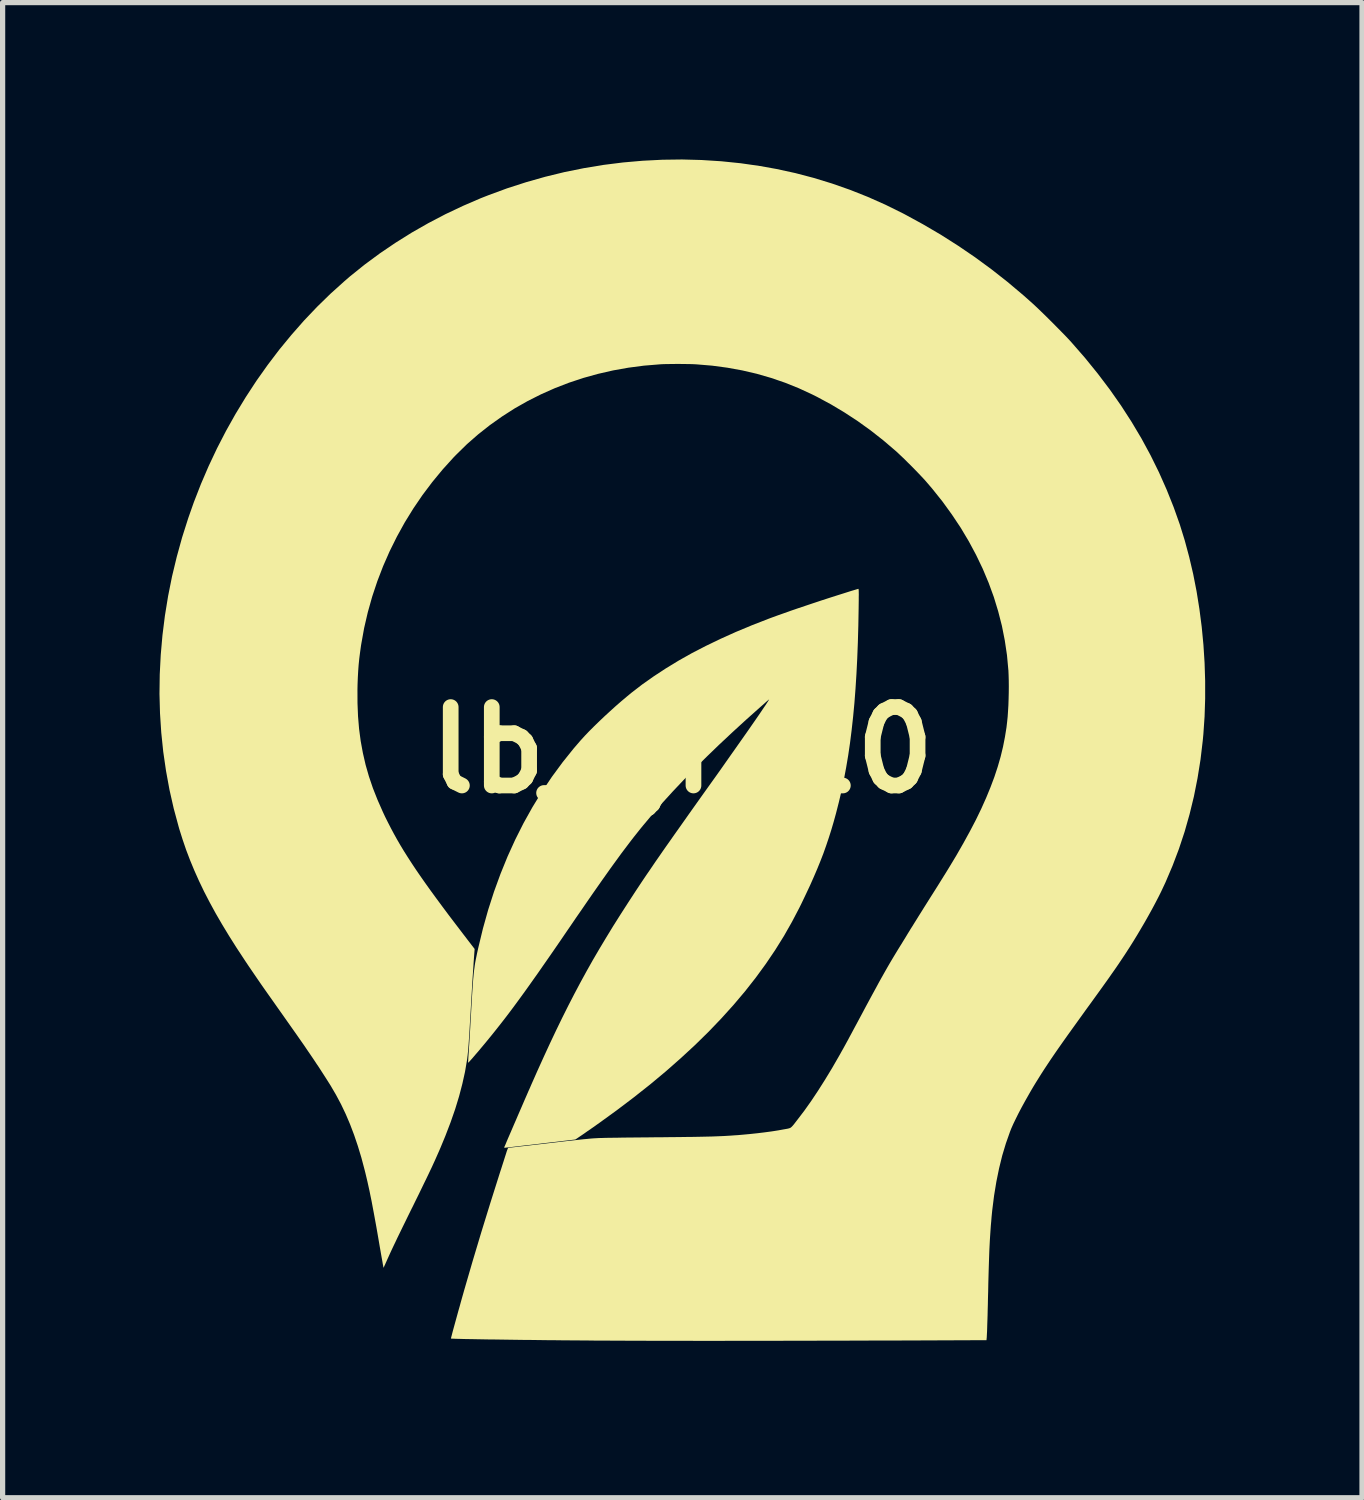
<source format=kicad_pcb>
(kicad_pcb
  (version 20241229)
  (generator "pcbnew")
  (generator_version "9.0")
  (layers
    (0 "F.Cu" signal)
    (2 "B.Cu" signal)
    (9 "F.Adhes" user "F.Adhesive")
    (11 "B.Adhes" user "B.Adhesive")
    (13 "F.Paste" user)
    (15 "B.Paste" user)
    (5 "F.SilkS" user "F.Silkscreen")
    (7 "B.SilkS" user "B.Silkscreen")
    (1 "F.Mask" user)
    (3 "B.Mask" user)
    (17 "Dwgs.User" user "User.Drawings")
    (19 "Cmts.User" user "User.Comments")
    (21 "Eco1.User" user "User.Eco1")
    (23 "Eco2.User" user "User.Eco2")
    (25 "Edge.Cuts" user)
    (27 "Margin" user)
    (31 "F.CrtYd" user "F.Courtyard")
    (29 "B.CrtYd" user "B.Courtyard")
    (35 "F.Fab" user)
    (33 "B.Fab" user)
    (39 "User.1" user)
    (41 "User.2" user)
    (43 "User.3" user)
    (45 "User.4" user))
  (footprint "lb_gr_20"
    (layer "F.Cu")
    (at 9.998 11.294)
    (property "Reference" "lb_gr_20" (at 0 0 0) (layer "F.SilkS") (effects (font (size 1.5 1.5) (thickness 0.3))))
    (attr board_only exclude_from_pos_files exclude_from_bom)
    (fp_poly (pts (xy 3.369 -3.082) (xy 3.371 -3.078) (xy 3.373 -3.07) (xy 3.374 -3.056) (xy 3.375 -3.036) (xy 3.375 -3.009) (xy 3.376 -2.972) (xy 3.375 -2.926) (xy 3.375 -2.868) (xy 3.374 -2.798) (xy 3.373 -2.714) (xy 3.373 -2.711) (xy 3.367 -2.377) (xy 3.358 -2.056) (xy 3.346 -1.749) (xy 3.331 -1.453) (xy 3.313 -1.17) (xy 3.292 -0.897) (xy 3.267 -0.633) (xy 3.239 -0.38) (xy 3.208 -0.134) (xy 3.173 0.104) (xy 3.134 0.335) (xy 3.092 0.56) (xy 3.046 0.78) (xy 2.995 0.996) (xy 2.941 1.208) (xy 2.895 1.375) (xy 2.849 1.531) (xy 2.801 1.682) (xy 2.751 1.83) (xy 2.699 1.977) (xy 2.642 2.124) (xy 2.581 2.274) (xy 2.515 2.428) (xy 2.444 2.588) (xy 2.365 2.756) (xy 2.28 2.934) (xy 2.241 3.013) (xy 2.098 3.286) (xy 1.944 3.557) (xy 1.777 3.825) (xy 1.597 4.091) (xy 1.405 4.354) (xy 1.2 4.615) (xy 0.982 4.873) (xy 0.75 5.13) (xy 0.505 5.386) (xy 0.246 5.64) (xy -0.027 5.892) (xy -0.313 6.144) (xy -0.614 6.395) (xy -0.93 6.645) (xy -1.259 6.894) (xy -1.535 7.094) (xy -1.586 7.131) (xy -1.64 7.169) (xy -1.696 7.209) (xy -1.752 7.248) (xy -1.808 7.286) (xy -1.86 7.323) (xy -1.909 7.357) (xy -1.952 7.386) (xy -1.989 7.411) (xy -2.018 7.431) (xy -2.037 7.443) (xy -2.045 7.448) (xy -2.053 7.449) (xy -2.075 7.452) (xy -2.109 7.456) (xy -2.153 7.461) (xy -2.208 7.468) (xy -2.271 7.475) (xy -2.341 7.484) (xy -2.417 7.493) (xy -2.498 7.502) (xy -2.582 7.512) (xy -2.668 7.522) (xy -2.755 7.533) (xy -2.841 7.543) (xy -2.926 7.553) (xy -3.008 7.562) (xy -3.085 7.571) (xy -3.157 7.58) (xy -3.222 7.587) (xy -3.279 7.594) (xy -3.327 7.599) (xy -3.364 7.603) (xy -3.389 7.606) (xy -3.401 7.607) (xy -3.401 7.607) (xy -3.404 7.601) (xy -3.403 7.594) (xy -3.4 7.585) (xy -3.39 7.564) (xy -3.376 7.531) (xy -3.358 7.487) (xy -3.336 7.435) (xy -3.31 7.375) (xy -3.281 7.308) (xy -3.25 7.236) (xy -3.217 7.159) (xy -3.182 7.079) (xy -3.147 6.997) (xy -3.111 6.914) (xy -3.075 6.831) (xy -3.04 6.75) (xy -3.006 6.671) (xy -2.973 6.596) (xy -2.943 6.526) (xy -2.914 6.462) (xy -2.891 6.408) (xy -2.767 6.128) (xy -2.646 5.861) (xy -2.528 5.605) (xy -2.412 5.36) (xy -2.297 5.123) (xy -2.182 4.893) (xy -2.067 4.67) (xy -1.951 4.451) (xy -1.833 4.235) (xy -1.712 4.02) (xy -1.587 3.806) (xy -1.458 3.591) (xy -1.325 3.373) (xy -1.185 3.151) (xy -1.039 2.924) (xy -0.891 2.697) (xy -0.838 2.617) (xy -0.785 2.537) (xy -0.732 2.458) (xy -0.678 2.378) (xy -0.622 2.297) (xy -0.565 2.213) (xy -0.506 2.126) (xy -0.443 2.036) (xy -0.377 1.94) (xy -0.307 1.84) (xy -0.232 1.734) (xy -0.153 1.621) (xy -0.067 1.5) (xy 0.024 1.371) (xy 0.122 1.232) (xy 0.227 1.084) (xy 0.34 0.925) (xy 0.442 0.782) (xy 0.547 0.635) (xy 0.65 0.491) (xy 0.75 0.35) (xy 0.846 0.213) (xy 0.939 0.081) (xy 1.028 -0.045) (xy 1.113 -0.166) (xy 1.194 -0.281) (xy 1.269 -0.388) (xy 1.339 -0.489) (xy 1.403 -0.581) (xy 1.461 -0.665) (xy 1.512 -0.74) (xy 1.556 -0.806) (xy 1.594 -0.861) (xy 1.623 -0.906) (xy 1.645 -0.94) (xy 1.658 -0.961) (xy 1.66 -0.965) (xy 1.66 -0.967) (xy 1.658 -0.966) (xy 1.652 -0.961) (xy 1.641 -0.952) (xy 1.624 -0.938) (xy 1.6 -0.917) (xy 1.568 -0.888) (xy 1.526 -0.851) (xy 1.494 -0.823) (xy 1.217 -0.576) (xy 0.954 -0.335) (xy 0.703 -0.1) (xy 0.464 0.131) (xy 0.237 0.356) (xy 0.022 0.577) (xy -0.183 0.794) (xy -0.377 1.007) (xy -0.56 1.217) (xy -0.734 1.425) (xy -0.742 1.434) (xy -0.801 1.506) (xy -0.859 1.579) (xy -0.918 1.653) (xy -0.977 1.729) (xy -1.037 1.808) (xy -1.099 1.89) (xy -1.164 1.976) (xy -1.23 2.067) (xy -1.3 2.163) (xy -1.374 2.265) (xy -1.451 2.374) (xy -1.534 2.491) (xy -1.621 2.615) (xy -1.714 2.748) (xy -1.813 2.891) (xy -1.918 3.044) (xy -2.031 3.207) (xy -2.151 3.383) (xy -2.202 3.457) (xy -2.326 3.639) (xy -2.443 3.809) (xy -2.553 3.968) (xy -2.657 4.117) (xy -2.754 4.257) (xy -2.847 4.388) (xy -2.934 4.511) (xy -3.017 4.627) (xy -3.097 4.737) (xy -3.173 4.841) (xy -3.247 4.941) (xy -3.319 5.037) (xy -3.39 5.13) (xy -3.46 5.22) (xy -3.53 5.309) (xy -3.599 5.396) (xy -3.67 5.484) (xy -3.676 5.491) (xy -3.72 5.545) (xy -3.765 5.6) (xy -3.812 5.656) (xy -3.858 5.711) (xy -3.902 5.764) (xy -3.945 5.813) (xy -3.984 5.859) (xy -4.018 5.899) (xy -4.048 5.932) (xy -4.071 5.958) (xy -4.087 5.974) (xy -4.095 5.981) (xy -4.095 5.981) (xy -4.096 5.973) (xy -4.095 5.952) (xy -4.093 5.92) (xy -4.091 5.879) (xy -4.088 5.83) (xy -4.084 5.776) (xy -4.083 5.762) (xy -4.08 5.706) (xy -4.075 5.638) (xy -4.07 5.562) (xy -4.065 5.479) (xy -4.06 5.394) (xy -4.055 5.31) (xy -4.051 5.229) (xy -4.05 5.212) (xy -4.041 5.068) (xy -4.034 4.938) (xy -4.027 4.82) (xy -4.021 4.715) (xy -4.015 4.62) (xy -4.009 4.535) (xy -4.004 4.458) (xy -3.999 4.389) (xy -3.993 4.327) (xy -3.988 4.27) (xy -3.982 4.218) (xy -3.975 4.169) (xy -3.969 4.123) (xy -3.962 4.077) (xy -3.954 4.033) (xy -3.945 3.987) (xy -3.935 3.94) (xy -3.925 3.89) (xy -3.913 3.836) (xy -3.9 3.778) (xy -3.812 3.413) (xy -3.712 3.056) (xy -3.6 2.708) (xy -3.476 2.368) (xy -3.341 2.036) (xy -3.194 1.713) (xy -3.036 1.399) (xy -2.866 1.094) (xy -2.685 0.798) (xy -2.493 0.512) (xy -2.29 0.236) (xy -2.076 -0.031) (xy -1.939 -0.19) (xy -1.865 -0.271) (xy -1.781 -0.359) (xy -1.688 -0.452) (xy -1.589 -0.548) (xy -1.486 -0.646) (xy -1.379 -0.744) (xy -1.272 -0.841) (xy -1.166 -0.933) (xy -1.063 -1.02) (xy -0.976 -1.092) (xy -0.766 -1.254) (xy -0.545 -1.41) (xy -0.313 -1.562) (xy -0.07 -1.71) (xy 0.184 -1.853) (xy 0.451 -1.991) (xy 0.731 -2.126) (xy 1.024 -2.258) (xy 1.331 -2.386) (xy 1.652 -2.511) (xy 1.703 -2.53) (xy 1.812 -2.57) (xy 1.934 -2.613) (xy 2.065 -2.66) (xy 2.205 -2.708) (xy 2.351 -2.757) (xy 2.5 -2.807) (xy 2.65 -2.857) (xy 2.801 -2.906) (xy 2.948 -2.953) (xy 3.091 -2.998) (xy 3.226 -3.041) (xy 3.353 -3.079) (xy 3.363 -3.082) (xy 3.367 -3.083)) (stroke (width 0) (type solid)) (fill yes) (layer "F.SilkS"))
    (fp_poly (pts (xy 0.37 -11.284) (xy 0.745 -11.26) (xy 1.117 -11.222) (xy 1.487 -11.169) (xy 1.803 -11.112) (xy 2.162 -11.034) (xy 2.516 -10.941) (xy 2.865 -10.834) (xy 3.21 -10.713) (xy 3.55 -10.578) (xy 3.885 -10.429) (xy 4.215 -10.266) (xy 4.246 -10.25) (xy 4.6 -10.057) (xy 4.943 -9.856) (xy 5.275 -9.645) (xy 5.598 -9.425) (xy 5.913 -9.194) (xy 6.222 -8.951) (xy 6.526 -8.695) (xy 6.709 -8.532) (xy 6.752 -8.492) (xy 6.803 -8.444) (xy 6.861 -8.388) (xy 6.924 -8.327) (xy 6.991 -8.261) (xy 7.059 -8.193) (xy 7.127 -8.125) (xy 7.194 -8.057) (xy 7.258 -7.992) (xy 7.318 -7.931) (xy 7.37 -7.876) (xy 7.415 -7.828) (xy 7.443 -7.797) (xy 7.702 -7.5) (xy 7.946 -7.199) (xy 8.176 -6.895) (xy 8.392 -6.587) (xy 8.594 -6.274) (xy 8.782 -5.958) (xy 8.956 -5.637) (xy 9.116 -5.312) (xy 9.263 -4.981) (xy 9.397 -4.646) (xy 9.515 -4.314) (xy 9.61 -4.007) (xy 9.695 -3.691) (xy 9.771 -3.366) (xy 9.836 -3.034) (xy 9.89 -2.697) (xy 9.934 -2.356) (xy 9.967 -2.012) (xy 9.989 -1.667) (xy 10 -1.323) (xy 10 -0.98) (xy 9.989 -0.641) (xy 9.966 -0.306) (xy 9.954 -0.179) (xy 9.911 0.184) (xy 9.854 0.539) (xy 9.785 0.887) (xy 9.702 1.228) (xy 9.607 1.563) (xy 9.498 1.892) (xy 9.376 2.214) (xy 9.241 2.531) (xy 9.157 2.71) (xy 9.107 2.81) (xy 9.05 2.92) (xy 8.987 3.038) (xy 8.919 3.161) (xy 8.848 3.287) (xy 8.774 3.413) (xy 8.7 3.538) (xy 8.626 3.659) (xy 8.555 3.772) (xy 8.516 3.832) (xy 8.478 3.891) (xy 8.439 3.95) (xy 8.399 4.01) (xy 8.358 4.071) (xy 8.314 4.136) (xy 8.267 4.204) (xy 8.216 4.276) (xy 8.162 4.354) (xy 8.102 4.438) (xy 8.037 4.529) (xy 7.965 4.629) (xy 7.887 4.737) (xy 7.801 4.856) (xy 7.707 4.985) (xy 7.688 5.012) (xy 7.575 5.169) (xy 7.47 5.315) (xy 7.373 5.45) (xy 7.283 5.577) (xy 7.2 5.695) (xy 7.123 5.806) (xy 7.052 5.91) (xy 6.986 6.009) (xy 6.924 6.103) (xy 6.866 6.193) (xy 6.811 6.281) (xy 6.758 6.366) (xy 6.707 6.45) (xy 6.658 6.534) (xy 6.63 6.583) (xy 6.558 6.71) (xy 6.491 6.832) (xy 6.431 6.946) (xy 6.378 7.053) (xy 6.331 7.15) (xy 6.292 7.238) (xy 6.267 7.302) (xy 6.189 7.523) (xy 6.119 7.756) (xy 6.059 8) (xy 6.007 8.255) (xy 5.963 8.523) (xy 5.928 8.802) (xy 5.916 8.922) (xy 5.909 9.01) (xy 5.901 9.097) (xy 5.895 9.184) (xy 5.889 9.273) (xy 5.883 9.365) (xy 5.878 9.461) (xy 5.873 9.562) (xy 5.869 9.671) (xy 5.865 9.788) (xy 5.861 9.914) (xy 5.857 10.051) (xy 5.853 10.2) (xy 5.85 10.363) (xy 5.849 10.39) (xy 5.846 10.5) (xy 5.844 10.607) (xy 5.841 10.71) (xy 5.839 10.807) (xy 5.836 10.898) (xy 5.833 10.981) (xy 5.831 11.054) (xy 5.829 11.118) (xy 5.826 11.171) (xy 5.824 11.211) (xy 5.823 11.238) (xy 5.822 11.241) (xy 5.818 11.286) (xy 4.58 11.291) (xy 4.304 11.292) (xy 4.025 11.293) (xy 3.745 11.293) (xy 3.463 11.294) (xy 3.181 11.295) (xy 2.9 11.296) (xy 2.619 11.296) (xy 2.341 11.297) (xy 2.065 11.297) (xy 1.792 11.298) (xy 1.523 11.298) (xy 1.259 11.298) (xy 1.001 11.298) (xy 0.749 11.299) (xy 0.503 11.299) (xy 0.266 11.299) (xy 0.037 11.298) (xy -0.183 11.298) (xy -0.393 11.298) (xy -0.592 11.298) (xy -0.78 11.297) (xy -0.956 11.297) (xy -1.119 11.296) (xy -1.268 11.296) (xy -1.371 11.295) (xy -1.516 11.294) (xy -1.665 11.294) (xy -1.817 11.292) (xy -1.971 11.291) (xy -2.126 11.29) (xy -2.282 11.289) (xy -2.437 11.287) (xy -2.592 11.286) (xy -2.745 11.284) (xy -2.896 11.282) (xy -3.044 11.281) (xy -3.189 11.279) (xy -3.329 11.277) (xy -3.464 11.275) (xy -3.593 11.273) (xy -3.715 11.272) (xy -3.83 11.27) (xy -3.937 11.268) (xy -4.036 11.266) (xy -4.125 11.265) (xy -4.204 11.263) (xy -4.272 11.261) (xy -4.328 11.26) (xy -4.372 11.258) (xy -4.403 11.257) (xy -4.42 11.256) (xy -4.424 11.255) (xy -4.423 11.247) (xy -4.418 11.227) (xy -4.409 11.194) (xy -4.398 11.15) (xy -4.384 11.097) (xy -4.367 11.035) (xy -4.348 10.966) (xy -4.327 10.89) (xy -4.305 10.81) (xy -4.282 10.726) (xy -4.257 10.639) (xy -4.233 10.551) (xy -4.208 10.462) (xy -4.183 10.374) (xy -4.172 10.335) (xy -4.011 9.781) (xy -3.845 9.227) (xy -3.673 8.67) (xy -3.494 8.104) (xy -3.482 8.066) (xy -3.46 7.999) (xy -3.439 7.933) (xy -3.419 7.871) (xy -3.401 7.814) (xy -3.385 7.764) (xy -3.372 7.724) (xy -3.363 7.695) (xy -3.362 7.691) (xy -3.349 7.653) (xy -3.338 7.625) (xy -3.329 7.61) (xy -3.325 7.607) (xy -3.317 7.606) (xy -3.294 7.604) (xy -3.259 7.6) (xy -3.212 7.595) (xy -3.154 7.588) (xy -3.086 7.58) (xy -3.01 7.572) (xy -2.925 7.562) (xy -2.834 7.551) (xy -2.737 7.54) (xy -2.634 7.528) (xy -2.55 7.518) (xy -2.419 7.503) (xy -2.301 7.489) (xy -2.196 7.477) (xy -2.103 7.467) (xy -2.02 7.458) (xy -1.948 7.45) (xy -1.883 7.443) (xy -1.826 7.438) (xy -1.776 7.433) (xy -1.732 7.429) (xy -1.691 7.426) (xy -1.654 7.424) (xy -1.62 7.422) (xy -1.602 7.421) (xy -1.57 7.42) (xy -1.525 7.419) (xy -1.467 7.417) (xy -1.398 7.416) (xy -1.319 7.415) (xy -1.231 7.414) (xy -1.134 7.412) (xy -1.032 7.411) (xy -0.923 7.41) (xy -0.811 7.409) (xy -0.695 7.408) (xy -0.577 7.407) (xy -0.529 7.406) (xy -0.361 7.405) (xy -0.207 7.403) (xy -0.066 7.402) (xy 0.063 7.4) (xy 0.182 7.399) (xy 0.29 7.397) (xy 0.39 7.395) (xy 0.482 7.393) (xy 0.567 7.391) (xy 0.647 7.388) (xy 0.721 7.385) (xy 0.792 7.382) (xy 0.861 7.378) (xy 0.927 7.374) (xy 0.993 7.369) (xy 1.06 7.365) (xy 1.127 7.359) (xy 1.151 7.357) (xy 1.291 7.344) (xy 1.432 7.329) (xy 1.572 7.312) (xy 1.707 7.294) (xy 1.834 7.274) (xy 1.95 7.253) (xy 1.963 7.251) (xy 1.996 7.245) (xy 2.023 7.24) (xy 2.044 7.234) (xy 2.062 7.228) (xy 2.078 7.218) (xy 2.094 7.204) (xy 2.112 7.185) (xy 2.134 7.159) (xy 2.161 7.124) (xy 2.195 7.08) (xy 2.208 7.063) (xy 2.336 6.895) (xy 2.465 6.713) (xy 2.595 6.518) (xy 2.727 6.31) (xy 2.862 6.088) (xy 2.998 5.852) (xy 3.023 5.808) (xy 3.05 5.759) (xy 3.078 5.71) (xy 3.106 5.659) (xy 3.136 5.604) (xy 3.168 5.546) (xy 3.202 5.482) (xy 3.241 5.41) (xy 3.283 5.331) (xy 3.331 5.242) (xy 3.384 5.143) (xy 3.435 5.048) (xy 3.51 4.907) (xy 3.579 4.779) (xy 3.643 4.661) (xy 3.702 4.553) (xy 3.756 4.453) (xy 3.807 4.361) (xy 3.856 4.274) (xy 3.902 4.193) (xy 3.946 4.116) (xy 3.99 4.041) (xy 4.034 3.967) (xy 4.078 3.894) (xy 4.123 3.82) (xy 4.17 3.744) (xy 4.191 3.711) (xy 4.217 3.668) (xy 4.248 3.618) (xy 4.281 3.564) (xy 4.314 3.509) (xy 4.342 3.464) (xy 4.366 3.424) (xy 4.398 3.374) (xy 4.435 3.314) (xy 4.477 3.247) (xy 4.522 3.174) (xy 4.57 3.098) (xy 4.619 3.019) (xy 4.669 2.94) (xy 4.714 2.868) (xy 4.785 2.756) (xy 4.849 2.655) (xy 4.906 2.564) (xy 4.957 2.482) (xy 5.003 2.408) (xy 5.045 2.341) (xy 5.083 2.279) (xy 5.119 2.22) (xy 5.152 2.165) (xy 5.184 2.112) (xy 5.216 2.059) (xy 5.24 2.019) (xy 5.376 1.782) (xy 5.501 1.554) (xy 5.616 1.334) (xy 5.719 1.121) (xy 5.812 0.913) (xy 5.895 0.711) (xy 5.969 0.514) (xy 6.033 0.32) (xy 6.088 0.129) (xy 6.134 -0.061) (xy 6.171 -0.249) (xy 6.201 -0.436) (xy 6.213 -0.54) (xy 6.223 -0.636) (xy 6.23 -0.742) (xy 6.237 -0.857) (xy 6.241 -0.976) (xy 6.244 -1.097) (xy 6.245 -1.216) (xy 6.244 -1.33) (xy 6.241 -1.435) (xy 6.237 -1.53) (xy 6.236 -1.533) (xy 6.21 -1.815) (xy 6.168 -2.096) (xy 6.113 -2.375) (xy 6.042 -2.652) (xy 5.958 -2.927) (xy 5.859 -3.198) (xy 5.746 -3.467) (xy 5.619 -3.732) (xy 5.479 -3.993) (xy 5.325 -4.251) (xy 5.157 -4.503) (xy 4.977 -4.752) (xy 4.783 -4.995) (xy 4.651 -5.149) (xy 4.609 -5.195) (xy 4.558 -5.249) (xy 4.501 -5.309) (xy 4.439 -5.373) (xy 4.374 -5.439) (xy 4.309 -5.503) (xy 4.246 -5.566) (xy 4.186 -5.623) (xy 4.132 -5.674) (xy 4.086 -5.717) (xy 4.083 -5.719) (xy 3.844 -5.923) (xy 3.602 -6.113) (xy 3.356 -6.29) (xy 3.104 -6.455) (xy 2.845 -6.61) (xy 2.578 -6.754) (xy 2.488 -6.799) (xy 2.231 -6.918) (xy 1.968 -7.024) (xy 1.7 -7.116) (xy 1.427 -7.195) (xy 1.148 -7.26) (xy 0.862 -7.312) (xy 0.571 -7.351) (xy 0.272 -7.376) (xy 0.218 -7.379) (xy 0.153 -7.381) (xy 0.079 -7.382) (xy -0.002 -7.383) (xy -0.085 -7.384) (xy -0.168 -7.383) (xy -0.248 -7.382) (xy -0.322 -7.381) (xy -0.387 -7.379) (xy -0.432 -7.376) (xy -0.734 -7.351) (xy -1.031 -7.312) (xy -1.323 -7.26) (xy -1.611 -7.194) (xy -1.892 -7.116) (xy -2.169 -7.024) (xy -2.438 -6.92) (xy -2.701 -6.803) (xy -2.957 -6.674) (xy -3.206 -6.533) (xy -3.446 -6.379) (xy -3.679 -6.214) (xy -3.902 -6.038) (xy -4.117 -5.85) (xy -4.321 -5.65) (xy -4.371 -5.599) (xy -4.582 -5.366) (xy -4.781 -5.125) (xy -4.969 -4.875) (xy -5.144 -4.618) (xy -5.308 -4.352) (xy -5.458 -4.08) (xy -5.596 -3.802) (xy -5.721 -3.517) (xy -5.832 -3.228) (xy -5.93 -2.934) (xy -6.014 -2.635) (xy -6.084 -2.333) (xy -6.139 -2.027) (xy -6.143 -2.004) (xy -6.161 -1.874) (xy -6.177 -1.751) (xy -6.189 -1.631) (xy -6.198 -1.51) (xy -6.205 -1.384) (xy -6.21 -1.25) (xy -6.212 -1.155) (xy -6.211 -0.896) (xy -6.201 -0.647) (xy -6.181 -0.406) (xy -6.15 -0.172) (xy -6.108 0.057) (xy -6.056 0.283) (xy -5.992 0.506) (xy -5.916 0.73) (xy -5.827 0.955) (xy -5.726 1.184) (xy -5.682 1.278) (xy -5.628 1.386) (xy -5.573 1.493) (xy -5.516 1.6) (xy -5.456 1.708) (xy -5.393 1.817) (xy -5.326 1.928) (xy -5.254 2.042) (xy -5.178 2.16) (xy -5.097 2.282) (xy -5.01 2.409) (xy -4.916 2.543) (xy -4.816 2.683) (xy -4.708 2.831) (xy -4.592 2.988) (xy -4.469 3.153) (xy -4.336 3.328) (xy -4.229 3.468) (xy -4.185 3.526) (xy -4.142 3.581) (xy -4.104 3.632) (xy -4.069 3.677) (xy -4.039 3.716) (xy -4.016 3.746) (xy -3.999 3.768) (xy -3.991 3.778) (xy -3.971 3.805) (xy -3.99 4.062) (xy -3.994 4.128) (xy -3.999 4.206) (xy -4.005 4.292) (xy -4.011 4.383) (xy -4.017 4.474) (xy -4.022 4.562) (xy -4.027 4.645) (xy -4.027 4.649) (xy -4.036 4.801) (xy -4.044 4.939) (xy -4.051 5.064) (xy -4.058 5.176) (xy -4.064 5.277) (xy -4.069 5.367) (xy -4.074 5.448) (xy -4.079 5.519) (xy -4.083 5.582) (xy -4.087 5.638) (xy -4.091 5.688) (xy -4.095 5.731) (xy -4.098 5.771) (xy -4.102 5.806) (xy -4.105 5.838) (xy -4.109 5.867) (xy -4.112 5.896) (xy -4.116 5.924) (xy -4.117 5.931) (xy -4.155 6.154) (xy -4.206 6.384) (xy -4.268 6.621) (xy -4.343 6.867) (xy -4.431 7.12) (xy -4.531 7.381) (xy -4.622 7.601) (xy -4.649 7.664) (xy -4.676 7.725) (xy -4.703 7.786) (xy -4.73 7.847) (xy -4.759 7.91) (xy -4.789 7.976) (xy -4.822 8.045) (xy -4.857 8.119) (xy -4.896 8.2) (xy -4.939 8.288) (xy -4.986 8.385) (xy -5.037 8.491) (xy -5.095 8.608) (xy -5.158 8.737) (xy -5.171 8.762) (xy -5.237 8.896) (xy -5.297 9.019) (xy -5.351 9.129) (xy -5.4 9.23) (xy -5.445 9.322) (xy -5.485 9.407) (xy -5.522 9.484) (xy -5.556 9.556) (xy -5.587 9.623) (xy -5.616 9.687) (xy -5.644 9.749) (xy -5.655 9.774) (xy -5.713 9.903) (xy -5.729 9.819) (xy -5.733 9.793) (xy -5.74 9.754) (xy -5.749 9.705) (xy -5.759 9.648) (xy -5.77 9.584) (xy -5.782 9.517) (xy -5.794 9.447) (xy -5.797 9.429) (xy -5.825 9.266) (xy -5.851 9.117) (xy -5.876 8.98) (xy -5.899 8.854) (xy -5.921 8.738) (xy -5.941 8.63) (xy -5.962 8.529) (xy -5.981 8.434) (xy -6.001 8.344) (xy -6.02 8.258) (xy -6.04 8.173) (xy -6.06 8.089) (xy -6.073 8.037) (xy -6.136 7.799) (xy -6.204 7.574) (xy -6.276 7.361) (xy -6.353 7.158) (xy -6.436 6.963) (xy -6.525 6.776) (xy -6.622 6.594) (xy -6.726 6.416) (xy -6.757 6.367) (xy -6.805 6.291) (xy -6.853 6.216) (xy -6.901 6.142) (xy -6.949 6.067) (xy -7 5.992) (xy -7.052 5.913) (xy -7.107 5.832) (xy -7.166 5.746) (xy -7.228 5.654) (xy -7.296 5.557) (xy -7.369 5.452) (xy -7.448 5.34) (xy -7.534 5.218) (xy -7.627 5.086) (xy -7.728 4.943) (xy -7.733 4.936) (xy -7.823 4.808) (xy -7.906 4.691) (xy -7.982 4.583) (xy -8.052 4.483) (xy -8.116 4.39) (xy -8.177 4.301) (xy -8.235 4.216) (xy -8.291 4.134) (xy -8.346 4.052) (xy -8.367 4.02) (xy -8.523 3.783) (xy -8.667 3.555) (xy -8.801 3.334) (xy -8.925 3.12) (xy -9.039 2.911) (xy -9.145 2.706) (xy -9.242 2.504) (xy -9.331 2.305) (xy -9.413 2.107) (xy -9.488 1.91) (xy -9.556 1.711) (xy -9.619 1.511) (xy -9.63 1.472) (xy -9.726 1.117) (xy -9.807 0.759) (xy -9.873 0.398) (xy -9.926 0.033) (xy -9.964 -0.334) (xy -9.988 -0.703) (xy -9.998 -1.074) (xy -9.993 -1.446) (xy -9.974 -1.82) (xy -9.941 -2.195) (xy -9.894 -2.57) (xy -9.833 -2.945) (xy -9.758 -3.32) (xy -9.668 -3.694) (xy -9.565 -4.067) (xy -9.447 -4.438) (xy -9.341 -4.739) (xy -9.205 -5.088) (xy -9.057 -5.432) (xy -8.897 -5.771) (xy -8.725 -6.104) (xy -8.542 -6.43) (xy -8.348 -6.749) (xy -8.144 -7.061) (xy -7.93 -7.363) (xy -7.707 -7.657) (xy -7.474 -7.94) (xy -7.234 -8.213) (xy -6.985 -8.475) (xy -6.729 -8.725) (xy -6.466 -8.962) (xy -6.355 -9.058) (xy -6.075 -9.283) (xy -5.784 -9.498) (xy -5.483 -9.702) (xy -5.173 -9.896) (xy -4.854 -10.078) (xy -4.527 -10.249) (xy -4.193 -10.407) (xy -3.852 -10.554) (xy -3.709 -10.61) (xy -3.351 -10.742) (xy -2.988 -10.859) (xy -2.622 -10.963) (xy -2.253 -11.053) (xy -1.882 -11.128) (xy -1.508 -11.19) (xy -1.133 -11.237) (xy -0.757 -11.27) (xy -0.381 -11.289) (xy -0.005 -11.294)) (stroke (width 0) (type solid)) (fill yes) (layer "F.SilkS")))
  (gr_rect
    (start -3 -3)
    (end 22.998 25.593)
    (stroke (width 0.1) (type default))
    (fill no)
    (layer "Edge.Cuts")))
</source>
